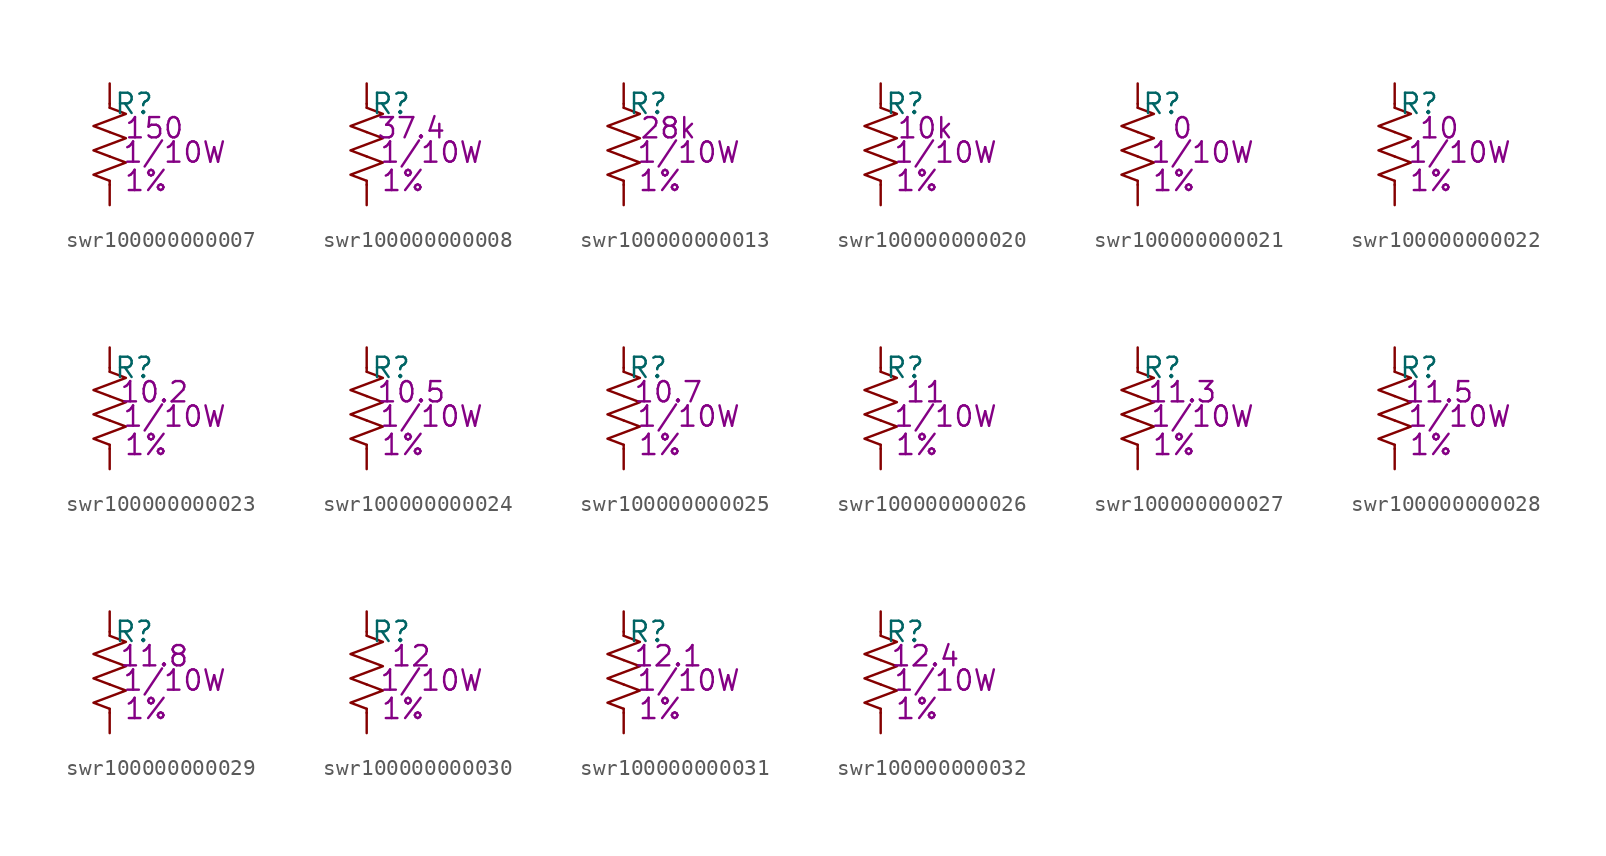
<source format=kicad_sym>
(kicad_symbol_lib
  (version 20211014)
  (generator kicad_symbol_editor)
  (symbol "swr100000000007"
    (pin_numbers hide)
    (pin_names
      (offset 1.016))
    (property "Reference" "R"
      (at 1.524 2.54 0)
      (effects (font (size 1.27 1.27))))
    (property "Tolerance" "1%"
      (at 2.286 -2.286 0)
      (effects (font (size 1.27 1.27))))
    (property "Wattage" "1/10W"
      (at 4.064 -0.508 0)
      (effects (font (size 1.27 1.27))))
    (property "PartValue" "150"
      (at 2.794 1.016 0)
      (effects (font (size 1.27 1.27))))
    (symbol "swr100000000007_1_1"
      (polyline (pts (xy 0 -2.286) (xy 0 -2.54)) (stroke (width 0) (type default) (color 0 0 0 0)) (fill (type none)))
      (polyline (pts (xy 0 2.286) (xy 0 2.54)) (stroke (width 0) (type default) (color 0 0 0 0)) (fill (type none)))
      (polyline (pts (xy 0 -0.762) (xy 1.016 -1.143) (xy 0 -1.524) (xy -1.016 -1.905) (xy 0 -2.286)) (stroke (width 0) (type default) (color 0 0 0 0)) (fill (type none)))
      (polyline (pts (xy 0 0.762) (xy 1.016 0.381) (xy 0 0) (xy -1.016 -0.381) (xy 0 -0.762)) (stroke (width 0) (type default) (color 0 0 0 0)) (fill (type none)))
      (polyline (pts (xy 0 2.286) (xy 1.016 1.905) (xy 0 1.524) (xy -1.016 1.143) (xy 0 0.762)) (stroke (width 0) (type default) (color 0 0 0 0)) (fill (type none)))
      (pin passive line (at 0 3.81 270) (length 1.27) (name "~" (effects (font (size 1.27 1.27)))) (number "1" (effects (font (size 1.27 1.27)))))
      (pin passive line (at 0 -3.81 90) (length 1.27) (name "~" (effects (font (size 1.27 1.27)))) (number "2" (effects (font (size 1.27 1.27)))))))
  (symbol "swr100000000008"
    (pin_numbers hide)
    (pin_names
      (offset 1.016))
    (property "Reference" "R"
      (at 1.524 2.54 0)
      (effects (font (size 1.27 1.27))))
    (property "Tolerance" "1%"
      (at 2.286 -2.286 0)
      (effects (font (size 1.27 1.27))))
    (property "Wattage" "1/10W"
      (at 4.064 -0.508 0)
      (effects (font (size 1.27 1.27))))
    (property "PartValue" "37.4"
      (at 2.794 1.016 0)
      (effects (font (size 1.27 1.27))))
    (symbol "swr100000000008_1_1"
      (polyline (pts (xy 0 -2.286) (xy 0 -2.54)) (stroke (width 0) (type default) (color 0 0 0 0)) (fill (type none)))
      (polyline (pts (xy 0 2.286) (xy 0 2.54)) (stroke (width 0) (type default) (color 0 0 0 0)) (fill (type none)))
      (polyline (pts (xy 0 -0.762) (xy 1.016 -1.143) (xy 0 -1.524) (xy -1.016 -1.905) (xy 0 -2.286)) (stroke (width 0) (type default) (color 0 0 0 0)) (fill (type none)))
      (polyline (pts (xy 0 0.762) (xy 1.016 0.381) (xy 0 0) (xy -1.016 -0.381) (xy 0 -0.762)) (stroke (width 0) (type default) (color 0 0 0 0)) (fill (type none)))
      (polyline (pts (xy 0 2.286) (xy 1.016 1.905) (xy 0 1.524) (xy -1.016 1.143) (xy 0 0.762)) (stroke (width 0) (type default) (color 0 0 0 0)) (fill (type none)))
      (pin passive line (at 0 3.81 270) (length 1.27) (name "~" (effects (font (size 1.27 1.27)))) (number "1" (effects (font (size 1.27 1.27)))))
      (pin passive line (at 0 -3.81 90) (length 1.27) (name "~" (effects (font (size 1.27 1.27)))) (number "2" (effects (font (size 1.27 1.27)))))))
  (symbol "swr100000000013"
    (pin_numbers hide)
    (pin_names
      (offset 1.016))
    (property "Reference" "R"
      (at 1.524 2.54 0)
      (effects (font (size 1.27 1.27))))
    (property "Tolerance" "1%"
      (at 2.286 -2.286 0)
      (effects (font (size 1.27 1.27))))
    (property "Wattage" "1/10W"
      (at 4.064 -0.508 0)
      (effects (font (size 1.27 1.27))))
    (property "PartValue" "28k"
      (at 2.794 1.016 0)
      (effects (font (size 1.27 1.27))))
    (symbol "swr100000000013_1_1"
      (polyline (pts (xy 0 -2.286) (xy 0 -2.54)) (stroke (width 0) (type default) (color 0 0 0 0)) (fill (type none)))
      (polyline (pts (xy 0 2.286) (xy 0 2.54)) (stroke (width 0) (type default) (color 0 0 0 0)) (fill (type none)))
      (polyline (pts (xy 0 -0.762) (xy 1.016 -1.143) (xy 0 -1.524) (xy -1.016 -1.905) (xy 0 -2.286)) (stroke (width 0) (type default) (color 0 0 0 0)) (fill (type none)))
      (polyline (pts (xy 0 0.762) (xy 1.016 0.381) (xy 0 0) (xy -1.016 -0.381) (xy 0 -0.762)) (stroke (width 0) (type default) (color 0 0 0 0)) (fill (type none)))
      (polyline (pts (xy 0 2.286) (xy 1.016 1.905) (xy 0 1.524) (xy -1.016 1.143) (xy 0 0.762)) (stroke (width 0) (type default) (color 0 0 0 0)) (fill (type none)))
      (pin passive line (at 0 3.81 270) (length 1.27) (name "~" (effects (font (size 1.27 1.27)))) (number "1" (effects (font (size 1.27 1.27)))))
      (pin passive line (at 0 -3.81 90) (length 1.27) (name "~" (effects (font (size 1.27 1.27)))) (number "2" (effects (font (size 1.27 1.27)))))))
  (symbol "swr100000000020"
    (pin_numbers hide)
    (pin_names
      (offset 1.016))
    (property "Reference" "R"
      (at 1.524 2.54 0)
      (effects (font (size 1.27 1.27))))
    (property "Tolerance" "1%"
      (at 2.286 -2.286 0)
      (effects (font (size 1.27 1.27))))
    (property "Wattage" "1/10W"
      (at 4.064 -0.508 0)
      (effects (font (size 1.27 1.27))))
    (property "PartValue" "10k"
      (at 2.794 1.016 0)
      (effects (font (size 1.27 1.27))))
    (symbol "swr100000000020_1_1"
      (polyline (pts (xy 0 -2.286) (xy 0 -2.54)) (stroke (width 0) (type default) (color 0 0 0 0)) (fill (type none)))
      (polyline (pts (xy 0 2.286) (xy 0 2.54)) (stroke (width 0) (type default) (color 0 0 0 0)) (fill (type none)))
      (polyline (pts (xy 0 -0.762) (xy 1.016 -1.143) (xy 0 -1.524) (xy -1.016 -1.905) (xy 0 -2.286)) (stroke (width 0) (type default) (color 0 0 0 0)) (fill (type none)))
      (polyline (pts (xy 0 0.762) (xy 1.016 0.381) (xy 0 0) (xy -1.016 -0.381) (xy 0 -0.762)) (stroke (width 0) (type default) (color 0 0 0 0)) (fill (type none)))
      (polyline (pts (xy 0 2.286) (xy 1.016 1.905) (xy 0 1.524) (xy -1.016 1.143) (xy 0 0.762)) (stroke (width 0) (type default) (color 0 0 0 0)) (fill (type none)))
      (pin passive line (at 0 3.81 270) (length 1.27) (name "~" (effects (font (size 1.27 1.27)))) (number "1" (effects (font (size 1.27 1.27)))))
      (pin passive line (at 0 -3.81 90) (length 1.27) (name "~" (effects (font (size 1.27 1.27)))) (number "2" (effects (font (size 1.27 1.27)))))))
  (symbol "swr100000000021"
    (pin_numbers hide)
    (pin_names
      (offset 1.016))
    (property "Reference" "R"
      (at 1.524 2.54 0)
      (effects (font (size 1.27 1.27))))
    (property "Tolerance" "1%"
      (at 2.286 -2.286 0)
      (effects (font (size 1.27 1.27))))
    (property "Wattage" "1/10W"
      (at 4.064 -0.508 0)
      (effects (font (size 1.27 1.27))))
    (property "PartValue" "0"
      (at 2.794 1.016 0)
      (effects (font (size 1.27 1.27))))
    (symbol "swr100000000021_1_1"
      (polyline (pts (xy 0 -2.286) (xy 0 -2.54)) (stroke (width 0) (type default) (color 0 0 0 0)) (fill (type none)))
      (polyline (pts (xy 0 2.286) (xy 0 2.54)) (stroke (width 0) (type default) (color 0 0 0 0)) (fill (type none)))
      (polyline (pts (xy 0 -0.762) (xy 1.016 -1.143) (xy 0 -1.524) (xy -1.016 -1.905) (xy 0 -2.286)) (stroke (width 0) (type default) (color 0 0 0 0)) (fill (type none)))
      (polyline (pts (xy 0 0.762) (xy 1.016 0.381) (xy 0 0) (xy -1.016 -0.381) (xy 0 -0.762)) (stroke (width 0) (type default) (color 0 0 0 0)) (fill (type none)))
      (polyline (pts (xy 0 2.286) (xy 1.016 1.905) (xy 0 1.524) (xy -1.016 1.143) (xy 0 0.762)) (stroke (width 0) (type default) (color 0 0 0 0)) (fill (type none)))
      (pin passive line (at 0 3.81 270) (length 1.27) (name "~" (effects (font (size 1.27 1.27)))) (number "1" (effects (font (size 1.27 1.27)))))
      (pin passive line (at 0 -3.81 90) (length 1.27) (name "~" (effects (font (size 1.27 1.27)))) (number "2" (effects (font (size 1.27 1.27)))))))
  (symbol "swr100000000022"
    (pin_numbers hide)
    (pin_names
      (offset 1.016))
    (property "Reference" "R"
      (at 1.524 2.54 0)
      (effects (font (size 1.27 1.27))))
    (property "Tolerance" "1%"
      (at 2.286 -2.286 0)
      (effects (font (size 1.27 1.27))))
    (property "Wattage" "1/10W"
      (at 4.064 -0.508 0)
      (effects (font (size 1.27 1.27))))
    (property "PartValue" "10"
      (at 2.794 1.016 0)
      (effects (font (size 1.27 1.27))))
    (symbol "swr100000000022_1_1"
      (polyline (pts (xy 0 -2.286) (xy 0 -2.54)) (stroke (width 0) (type default) (color 0 0 0 0)) (fill (type none)))
      (polyline (pts (xy 0 2.286) (xy 0 2.54)) (stroke (width 0) (type default) (color 0 0 0 0)) (fill (type none)))
      (polyline (pts (xy 0 -0.762) (xy 1.016 -1.143) (xy 0 -1.524) (xy -1.016 -1.905) (xy 0 -2.286)) (stroke (width 0) (type default) (color 0 0 0 0)) (fill (type none)))
      (polyline (pts (xy 0 0.762) (xy 1.016 0.381) (xy 0 0) (xy -1.016 -0.381) (xy 0 -0.762)) (stroke (width 0) (type default) (color 0 0 0 0)) (fill (type none)))
      (polyline (pts (xy 0 2.286) (xy 1.016 1.905) (xy 0 1.524) (xy -1.016 1.143) (xy 0 0.762)) (stroke (width 0) (type default) (color 0 0 0 0)) (fill (type none)))
      (pin passive line (at 0 3.81 270) (length 1.27) (name "~" (effects (font (size 1.27 1.27)))) (number "1" (effects (font (size 1.27 1.27)))))
      (pin passive line (at 0 -3.81 90) (length 1.27) (name "~" (effects (font (size 1.27 1.27)))) (number "2" (effects (font (size 1.27 1.27)))))))
  (symbol "swr100000000023"
    (pin_numbers hide)
    (pin_names
      (offset 1.016))
    (property "Reference" "R"
      (at 1.524 2.54 0)
      (effects (font (size 1.27 1.27))))
    (property "Tolerance" "1%"
      (at 2.286 -2.286 0)
      (effects (font (size 1.27 1.27))))
    (property "Wattage" "1/10W"
      (at 4.064 -0.508 0)
      (effects (font (size 1.27 1.27))))
    (property "PartValue" "10.2"
      (at 2.794 1.016 0)
      (effects (font (size 1.27 1.27))))
    (symbol "swr100000000023_1_1"
      (polyline (pts (xy 0 -2.286) (xy 0 -2.54)) (stroke (width 0) (type default) (color 0 0 0 0)) (fill (type none)))
      (polyline (pts (xy 0 2.286) (xy 0 2.54)) (stroke (width 0) (type default) (color 0 0 0 0)) (fill (type none)))
      (polyline (pts (xy 0 -0.762) (xy 1.016 -1.143) (xy 0 -1.524) (xy -1.016 -1.905) (xy 0 -2.286)) (stroke (width 0) (type default) (color 0 0 0 0)) (fill (type none)))
      (polyline (pts (xy 0 0.762) (xy 1.016 0.381) (xy 0 0) (xy -1.016 -0.381) (xy 0 -0.762)) (stroke (width 0) (type default) (color 0 0 0 0)) (fill (type none)))
      (polyline (pts (xy 0 2.286) (xy 1.016 1.905) (xy 0 1.524) (xy -1.016 1.143) (xy 0 0.762)) (stroke (width 0) (type default) (color 0 0 0 0)) (fill (type none)))
      (pin passive line (at 0 3.81 270) (length 1.27) (name "~" (effects (font (size 1.27 1.27)))) (number "1" (effects (font (size 1.27 1.27)))))
      (pin passive line (at 0 -3.81 90) (length 1.27) (name "~" (effects (font (size 1.27 1.27)))) (number "2" (effects (font (size 1.27 1.27)))))))
  (symbol "swr100000000024"
    (pin_numbers hide)
    (pin_names
      (offset 1.016))
    (property "Reference" "R"
      (at 1.524 2.54 0)
      (effects (font (size 1.27 1.27))))
    (property "Tolerance" "1%"
      (at 2.286 -2.286 0)
      (effects (font (size 1.27 1.27))))
    (property "Wattage" "1/10W"
      (at 4.064 -0.508 0)
      (effects (font (size 1.27 1.27))))
    (property "PartValue" "10.5"
      (at 2.794 1.016 0)
      (effects (font (size 1.27 1.27))))
    (symbol "swr100000000024_1_1"
      (polyline (pts (xy 0 -2.286) (xy 0 -2.54)) (stroke (width 0) (type default) (color 0 0 0 0)) (fill (type none)))
      (polyline (pts (xy 0 2.286) (xy 0 2.54)) (stroke (width 0) (type default) (color 0 0 0 0)) (fill (type none)))
      (polyline (pts (xy 0 -0.762) (xy 1.016 -1.143) (xy 0 -1.524) (xy -1.016 -1.905) (xy 0 -2.286)) (stroke (width 0) (type default) (color 0 0 0 0)) (fill (type none)))
      (polyline (pts (xy 0 0.762) (xy 1.016 0.381) (xy 0 0) (xy -1.016 -0.381) (xy 0 -0.762)) (stroke (width 0) (type default) (color 0 0 0 0)) (fill (type none)))
      (polyline (pts (xy 0 2.286) (xy 1.016 1.905) (xy 0 1.524) (xy -1.016 1.143) (xy 0 0.762)) (stroke (width 0) (type default) (color 0 0 0 0)) (fill (type none)))
      (pin passive line (at 0 3.81 270) (length 1.27) (name "~" (effects (font (size 1.27 1.27)))) (number "1" (effects (font (size 1.27 1.27)))))
      (pin passive line (at 0 -3.81 90) (length 1.27) (name "~" (effects (font (size 1.27 1.27)))) (number "2" (effects (font (size 1.27 1.27)))))))
  (symbol "swr100000000025"
    (pin_numbers hide)
    (pin_names
      (offset 1.016))
    (property "Reference" "R"
      (at 1.524 2.54 0)
      (effects (font (size 1.27 1.27))))
    (property "Tolerance" "1%"
      (at 2.286 -2.286 0)
      (effects (font (size 1.27 1.27))))
    (property "Wattage" "1/10W"
      (at 4.064 -0.508 0)
      (effects (font (size 1.27 1.27))))
    (property "PartValue" "10.7"
      (at 2.794 1.016 0)
      (effects (font (size 1.27 1.27))))
    (symbol "swr100000000025_1_1"
      (polyline (pts (xy 0 -2.286) (xy 0 -2.54)) (stroke (width 0) (type default) (color 0 0 0 0)) (fill (type none)))
      (polyline (pts (xy 0 2.286) (xy 0 2.54)) (stroke (width 0) (type default) (color 0 0 0 0)) (fill (type none)))
      (polyline (pts (xy 0 -0.762) (xy 1.016 -1.143) (xy 0 -1.524) (xy -1.016 -1.905) (xy 0 -2.286)) (stroke (width 0) (type default) (color 0 0 0 0)) (fill (type none)))
      (polyline (pts (xy 0 0.762) (xy 1.016 0.381) (xy 0 0) (xy -1.016 -0.381) (xy 0 -0.762)) (stroke (width 0) (type default) (color 0 0 0 0)) (fill (type none)))
      (polyline (pts (xy 0 2.286) (xy 1.016 1.905) (xy 0 1.524) (xy -1.016 1.143) (xy 0 0.762)) (stroke (width 0) (type default) (color 0 0 0 0)) (fill (type none)))
      (pin passive line (at 0 3.81 270) (length 1.27) (name "~" (effects (font (size 1.27 1.27)))) (number "1" (effects (font (size 1.27 1.27)))))
      (pin passive line (at 0 -3.81 90) (length 1.27) (name "~" (effects (font (size 1.27 1.27)))) (number "2" (effects (font (size 1.27 1.27)))))))
  (symbol "swr100000000026"
    (pin_numbers hide)
    (pin_names
      (offset 1.016))
    (property "Reference" "R"
      (at 1.524 2.54 0)
      (effects (font (size 1.27 1.27))))
    (property "Tolerance" "1%"
      (at 2.286 -2.286 0)
      (effects (font (size 1.27 1.27))))
    (property "Wattage" "1/10W"
      (at 4.064 -0.508 0)
      (effects (font (size 1.27 1.27))))
    (property "PartValue" "11"
      (at 2.794 1.016 0)
      (effects (font (size 1.27 1.27))))
    (symbol "swr100000000026_1_1"
      (polyline (pts (xy 0 -2.286) (xy 0 -2.54)) (stroke (width 0) (type default) (color 0 0 0 0)) (fill (type none)))
      (polyline (pts (xy 0 2.286) (xy 0 2.54)) (stroke (width 0) (type default) (color 0 0 0 0)) (fill (type none)))
      (polyline (pts (xy 0 -0.762) (xy 1.016 -1.143) (xy 0 -1.524) (xy -1.016 -1.905) (xy 0 -2.286)) (stroke (width 0) (type default) (color 0 0 0 0)) (fill (type none)))
      (polyline (pts (xy 0 0.762) (xy 1.016 0.381) (xy 0 0) (xy -1.016 -0.381) (xy 0 -0.762)) (stroke (width 0) (type default) (color 0 0 0 0)) (fill (type none)))
      (polyline (pts (xy 0 2.286) (xy 1.016 1.905) (xy 0 1.524) (xy -1.016 1.143) (xy 0 0.762)) (stroke (width 0) (type default) (color 0 0 0 0)) (fill (type none)))
      (pin passive line (at 0 3.81 270) (length 1.27) (name "~" (effects (font (size 1.27 1.27)))) (number "1" (effects (font (size 1.27 1.27)))))
      (pin passive line (at 0 -3.81 90) (length 1.27) (name "~" (effects (font (size 1.27 1.27)))) (number "2" (effects (font (size 1.27 1.27)))))))
  (symbol "swr100000000027"
    (pin_numbers hide)
    (pin_names
      (offset 1.016))
    (property "Reference" "R"
      (at 1.524 2.54 0)
      (effects (font (size 1.27 1.27))))
    (property "Tolerance" "1%"
      (at 2.286 -2.286 0)
      (effects (font (size 1.27 1.27))))
    (property "Wattage" "1/10W"
      (at 4.064 -0.508 0)
      (effects (font (size 1.27 1.27))))
    (property "PartValue" "11.3"
      (at 2.794 1.016 0)
      (effects (font (size 1.27 1.27))))
    (symbol "swr100000000027_1_1"
      (polyline (pts (xy 0 -2.286) (xy 0 -2.54)) (stroke (width 0) (type default) (color 0 0 0 0)) (fill (type none)))
      (polyline (pts (xy 0 2.286) (xy 0 2.54)) (stroke (width 0) (type default) (color 0 0 0 0)) (fill (type none)))
      (polyline (pts (xy 0 -0.762) (xy 1.016 -1.143) (xy 0 -1.524) (xy -1.016 -1.905) (xy 0 -2.286)) (stroke (width 0) (type default) (color 0 0 0 0)) (fill (type none)))
      (polyline (pts (xy 0 0.762) (xy 1.016 0.381) (xy 0 0) (xy -1.016 -0.381) (xy 0 -0.762)) (stroke (width 0) (type default) (color 0 0 0 0)) (fill (type none)))
      (polyline (pts (xy 0 2.286) (xy 1.016 1.905) (xy 0 1.524) (xy -1.016 1.143) (xy 0 0.762)) (stroke (width 0) (type default) (color 0 0 0 0)) (fill (type none)))
      (pin passive line (at 0 3.81 270) (length 1.27) (name "~" (effects (font (size 1.27 1.27)))) (number "1" (effects (font (size 1.27 1.27)))))
      (pin passive line (at 0 -3.81 90) (length 1.27) (name "~" (effects (font (size 1.27 1.27)))) (number "2" (effects (font (size 1.27 1.27)))))))
  (symbol "swr100000000028"
    (pin_numbers hide)
    (pin_names
      (offset 1.016))
    (property "Reference" "R"
      (at 1.524 2.54 0)
      (effects (font (size 1.27 1.27))))
    (property "Tolerance" "1%"
      (at 2.286 -2.286 0)
      (effects (font (size 1.27 1.27))))
    (property "Wattage" "1/10W"
      (at 4.064 -0.508 0)
      (effects (font (size 1.27 1.27))))
    (property "PartValue" "11.5"
      (at 2.794 1.016 0)
      (effects (font (size 1.27 1.27))))
    (symbol "swr100000000028_1_1"
      (polyline (pts (xy 0 -2.286) (xy 0 -2.54)) (stroke (width 0) (type default) (color 0 0 0 0)) (fill (type none)))
      (polyline (pts (xy 0 2.286) (xy 0 2.54)) (stroke (width 0) (type default) (color 0 0 0 0)) (fill (type none)))
      (polyline (pts (xy 0 -0.762) (xy 1.016 -1.143) (xy 0 -1.524) (xy -1.016 -1.905) (xy 0 -2.286)) (stroke (width 0) (type default) (color 0 0 0 0)) (fill (type none)))
      (polyline (pts (xy 0 0.762) (xy 1.016 0.381) (xy 0 0) (xy -1.016 -0.381) (xy 0 -0.762)) (stroke (width 0) (type default) (color 0 0 0 0)) (fill (type none)))
      (polyline (pts (xy 0 2.286) (xy 1.016 1.905) (xy 0 1.524) (xy -1.016 1.143) (xy 0 0.762)) (stroke (width 0) (type default) (color 0 0 0 0)) (fill (type none)))
      (pin passive line (at 0 3.81 270) (length 1.27) (name "~" (effects (font (size 1.27 1.27)))) (number "1" (effects (font (size 1.27 1.27)))))
      (pin passive line (at 0 -3.81 90) (length 1.27) (name "~" (effects (font (size 1.27 1.27)))) (number "2" (effects (font (size 1.27 1.27)))))))
  (symbol "swr100000000029"
    (pin_numbers hide)
    (pin_names
      (offset 1.016))
    (property "Reference" "R"
      (at 1.524 2.54 0)
      (effects (font (size 1.27 1.27))))
    (property "Tolerance" "1%"
      (at 2.286 -2.286 0)
      (effects (font (size 1.27 1.27))))
    (property "Wattage" "1/10W"
      (at 4.064 -0.508 0)
      (effects (font (size 1.27 1.27))))
    (property "PartValue" "11.8"
      (at 2.794 1.016 0)
      (effects (font (size 1.27 1.27))))
    (symbol "swr100000000029_1_1"
      (polyline (pts (xy 0 -2.286) (xy 0 -2.54)) (stroke (width 0) (type default) (color 0 0 0 0)) (fill (type none)))
      (polyline (pts (xy 0 2.286) (xy 0 2.54)) (stroke (width 0) (type default) (color 0 0 0 0)) (fill (type none)))
      (polyline (pts (xy 0 -0.762) (xy 1.016 -1.143) (xy 0 -1.524) (xy -1.016 -1.905) (xy 0 -2.286)) (stroke (width 0) (type default) (color 0 0 0 0)) (fill (type none)))
      (polyline (pts (xy 0 0.762) (xy 1.016 0.381) (xy 0 0) (xy -1.016 -0.381) (xy 0 -0.762)) (stroke (width 0) (type default) (color 0 0 0 0)) (fill (type none)))
      (polyline (pts (xy 0 2.286) (xy 1.016 1.905) (xy 0 1.524) (xy -1.016 1.143) (xy 0 0.762)) (stroke (width 0) (type default) (color 0 0 0 0)) (fill (type none)))
      (pin passive line (at 0 3.81 270) (length 1.27) (name "~" (effects (font (size 1.27 1.27)))) (number "1" (effects (font (size 1.27 1.27)))))
      (pin passive line (at 0 -3.81 90) (length 1.27) (name "~" (effects (font (size 1.27 1.27)))) (number "2" (effects (font (size 1.27 1.27)))))))
  (symbol "swr100000000030"
    (pin_numbers hide)
    (pin_names
      (offset 1.016))
    (property "Reference" "R"
      (at 1.524 2.54 0)
      (effects (font (size 1.27 1.27))))
    (property "Tolerance" "1%"
      (at 2.286 -2.286 0)
      (effects (font (size 1.27 1.27))))
    (property "Wattage" "1/10W"
      (at 4.064 -0.508 0)
      (effects (font (size 1.27 1.27))))
    (property "PartValue" "12"
      (at 2.794 1.016 0)
      (effects (font (size 1.27 1.27))))
    (symbol "swr100000000030_1_1"
      (polyline (pts (xy 0 -2.286) (xy 0 -2.54)) (stroke (width 0) (type default) (color 0 0 0 0)) (fill (type none)))
      (polyline (pts (xy 0 2.286) (xy 0 2.54)) (stroke (width 0) (type default) (color 0 0 0 0)) (fill (type none)))
      (polyline (pts (xy 0 -0.762) (xy 1.016 -1.143) (xy 0 -1.524) (xy -1.016 -1.905) (xy 0 -2.286)) (stroke (width 0) (type default) (color 0 0 0 0)) (fill (type none)))
      (polyline (pts (xy 0 0.762) (xy 1.016 0.381) (xy 0 0) (xy -1.016 -0.381) (xy 0 -0.762)) (stroke (width 0) (type default) (color 0 0 0 0)) (fill (type none)))
      (polyline (pts (xy 0 2.286) (xy 1.016 1.905) (xy 0 1.524) (xy -1.016 1.143) (xy 0 0.762)) (stroke (width 0) (type default) (color 0 0 0 0)) (fill (type none)))
      (pin passive line (at 0 3.81 270) (length 1.27) (name "~" (effects (font (size 1.27 1.27)))) (number "1" (effects (font (size 1.27 1.27)))))
      (pin passive line (at 0 -3.81 90) (length 1.27) (name "~" (effects (font (size 1.27 1.27)))) (number "2" (effects (font (size 1.27 1.27)))))))
  (symbol "swr100000000031"
    (pin_numbers hide)
    (pin_names
      (offset 1.016))
    (property "Reference" "R"
      (at 1.524 2.54 0)
      (effects (font (size 1.27 1.27))))
    (property "Tolerance" "1%"
      (at 2.286 -2.286 0)
      (effects (font (size 1.27 1.27))))
    (property "Wattage" "1/10W"
      (at 4.064 -0.508 0)
      (effects (font (size 1.27 1.27))))
    (property "PartValue" "12.1"
      (at 2.794 1.016 0)
      (effects (font (size 1.27 1.27))))
    (symbol "swr100000000031_1_1"
      (polyline (pts (xy 0 -2.286) (xy 0 -2.54)) (stroke (width 0) (type default) (color 0 0 0 0)) (fill (type none)))
      (polyline (pts (xy 0 2.286) (xy 0 2.54)) (stroke (width 0) (type default) (color 0 0 0 0)) (fill (type none)))
      (polyline (pts (xy 0 -0.762) (xy 1.016 -1.143) (xy 0 -1.524) (xy -1.016 -1.905) (xy 0 -2.286)) (stroke (width 0) (type default) (color 0 0 0 0)) (fill (type none)))
      (polyline (pts (xy 0 0.762) (xy 1.016 0.381) (xy 0 0) (xy -1.016 -0.381) (xy 0 -0.762)) (stroke (width 0) (type default) (color 0 0 0 0)) (fill (type none)))
      (polyline (pts (xy 0 2.286) (xy 1.016 1.905) (xy 0 1.524) (xy -1.016 1.143) (xy 0 0.762)) (stroke (width 0) (type default) (color 0 0 0 0)) (fill (type none)))
      (pin passive line (at 0 3.81 270) (length 1.27) (name "~" (effects (font (size 1.27 1.27)))) (number "1" (effects (font (size 1.27 1.27)))))
      (pin passive line (at 0 -3.81 90) (length 1.27) (name "~" (effects (font (size 1.27 1.27)))) (number "2" (effects (font (size 1.27 1.27)))))))
  (symbol "swr100000000032"
    (pin_numbers hide)
    (pin_names
      (offset 1.016))
    (property "Reference" "R"
      (at 1.524 2.54 0)
      (effects (font (size 1.27 1.27))))
    (property "Tolerance" "1%"
      (at 2.286 -2.286 0)
      (effects (font (size 1.27 1.27))))
    (property "Wattage" "1/10W"
      (at 4.064 -0.508 0)
      (effects (font (size 1.27 1.27))))
    (property "PartValue" "12.4"
      (at 2.794 1.016 0)
      (effects (font (size 1.27 1.27))))
    (symbol "swr100000000032_1_1"
      (polyline (pts (xy 0 -2.286) (xy 0 -2.54)) (stroke (width 0) (type default) (color 0 0 0 0)) (fill (type none)))
      (polyline (pts (xy 0 2.286) (xy 0 2.54)) (stroke (width 0) (type default) (color 0 0 0 0)) (fill (type none)))
      (polyline (pts (xy 0 -0.762) (xy 1.016 -1.143) (xy 0 -1.524) (xy -1.016 -1.905) (xy 0 -2.286)) (stroke (width 0) (type default) (color 0 0 0 0)) (fill (type none)))
      (polyline (pts (xy 0 0.762) (xy 1.016 0.381) (xy 0 0) (xy -1.016 -0.381) (xy 0 -0.762)) (stroke (width 0) (type default) (color 0 0 0 0)) (fill (type none)))
      (polyline (pts (xy 0 2.286) (xy 1.016 1.905) (xy 0 1.524) (xy -1.016 1.143) (xy 0 0.762)) (stroke (width 0) (type default) (color 0 0 0 0)) (fill (type none)))
      (pin passive line (at 0 3.81 270) (length 1.27) (name "~" (effects (font (size 1.27 1.27)))) (number "1" (effects (font (size 1.27 1.27)))))
      (pin passive line (at 0 -3.81 90) (length 1.27) (name "~" (effects (font (size 1.27 1.27)))) (number "2" (effects (font (size 1.27 1.27))))))))
</source>
